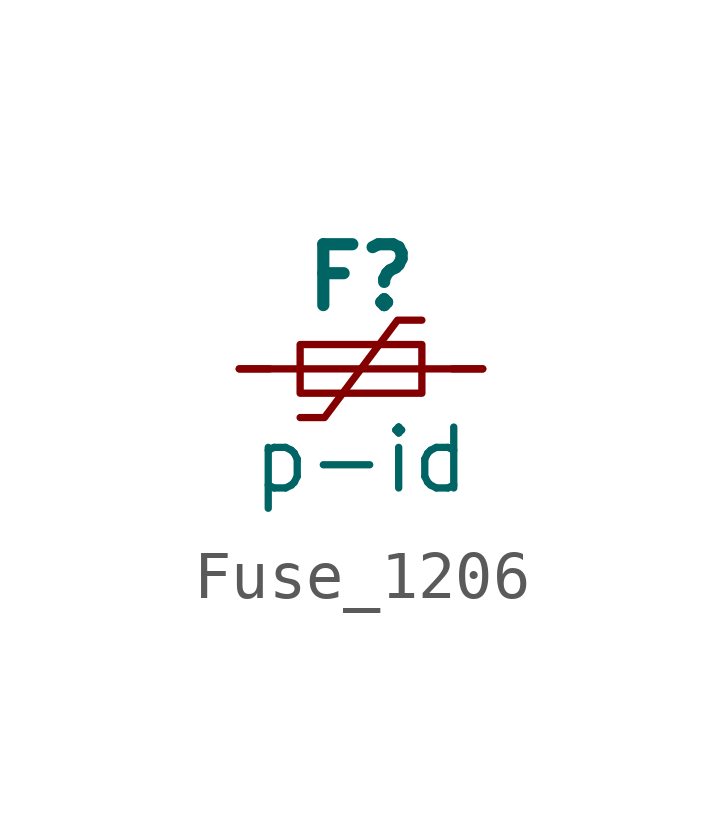
<source format=kicad_sym>
(kicad_symbol_lib
  (version 20220914)
  (generator kicad_symbol_editor)
  (symbol "Fuse_1206"
    (pin_numbers hide)
    (pin_names
      (offset 0))
    (property "Reference" "F"
      (at 0 1.905 0)
      (effects (font (size 1.27 1.27) bold)))
    (property "Value" "p-id"
      (at 0 -1.905 0)
      (effects (font (size 1.27 1.27))))
    (symbol "Fuse_1206_0_1"
      (polyline (pts (xy 2.54 0) (xy -2.54 0)) (stroke (width 0) (type default)) (fill (type none)))
      (polyline (pts (xy 1.27 1.016) (xy 0.762 1.016) (xy -0.762 -1.016) (xy -1.27 -1.016)) (stroke (width 0) (type default)) (fill (type none)))
      (rectangle (start 1.27 0.508) (end -1.27 -0.508) (stroke (width 0) (type default)) (fill (type none))))
    (symbol "Fuse_1206_1_1"
      (pin passive line (at 2.54 0 180) (length 0.635) (name "~" (effects (font (size 1.27 1.27)))) (number "1" (effects (font (size 1.27 1.27)))))
      (pin passive line (at -2.54 0 0) (length 0.635) (name "~" (effects (font (size 1.27 1.27)))) (number "2" (effects (font (size 1.27 1.27))))))))
</source>
